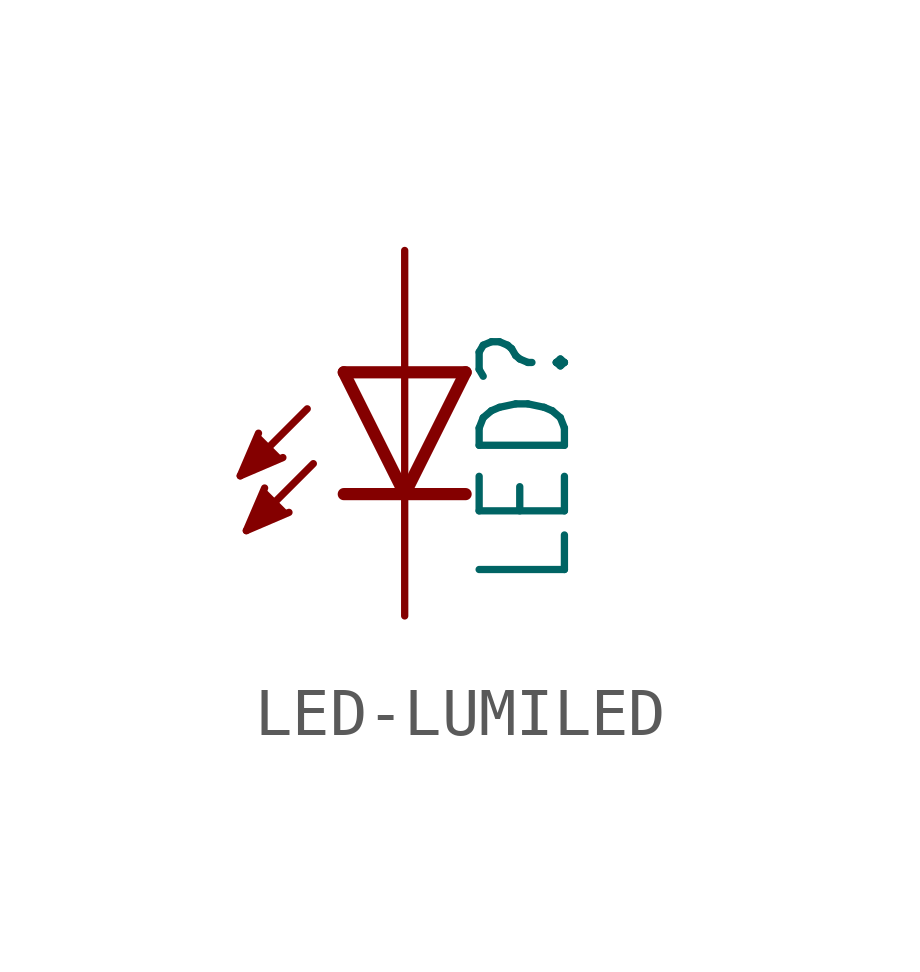
<source format=kicad_sym>
(kicad_symbol_lib
  (version 20231120)
  (generator "kicad_symbol_editor")
  (generator_version "8.0")
  (symbol "LED-LUMILED"
    (property "Reference" "LED"
      (at 3.556 -4.572 90)
      (effects (font (size 1.778 1.511)) (justify left bottom)))
    (property "Value" ""
      (at 5.715 -4.572 90)
      (effects (font (size 1.778 1.511)) (justify left bottom)))
    (property "ki_locked" ""
      (at 0 0 0)
      (effects (font (size 1.27 1.27))))
    (symbol "LED-LUMILED_1_0"
      (polyline (pts (xy -2.032 -0.762) (xy -3.429 -2.159)) (stroke (width 0.152) (type solid)) (fill (type none)))
      (polyline (pts (xy -1.905 -1.905) (xy -3.302 -3.302)) (stroke (width 0.152) (type solid)) (fill (type none)))
      (polyline (pts (xy 0 -2.54) (xy -1.27 -2.54)) (stroke (width 0.254) (type solid)) (fill (type none)))
      (polyline (pts (xy 0 -2.54) (xy -1.27 0)) (stroke (width 0.254) (type solid)) (fill (type none)))
      (polyline (pts (xy 0 0) (xy -1.27 0)) (stroke (width 0.254) (type solid)) (fill (type none)))
      (polyline (pts (xy 0 0) (xy 0 -2.54)) (stroke (width 0.152) (type solid)) (fill (type none)))
      (polyline (pts (xy 1.27 -2.54) (xy 0 -2.54)) (stroke (width 0.254) (type solid)) (fill (type none)))
      (polyline (pts (xy 1.27 0) (xy 0 -2.54)) (stroke (width 0.254) (type solid)) (fill (type none)))
      (polyline (pts (xy 1.27 0) (xy 0 0)) (stroke (width 0.254) (type solid)) (fill (type none)))
      (polyline (pts (xy -3.048 -1.27) (xy -3.429 -2.159) (xy -2.54 -1.778)) (stroke (width 0.152) (type solid)) (fill (type outline)))
      (polyline (pts (xy -2.921 -2.413) (xy -3.302 -3.302) (xy -2.413 -2.921)) (stroke (width 0.152) (type solid)) (fill (type outline)))
      (pin passive line (at 0 2.54 270) (length 2.54) (name "A" (effects (font (size 0 0)))) (number "2+" (effects (font (size 0 0)))))
      (pin passive line (at 0 -5.08 90) (length 2.54) (name "C" (effects (font (size 0 0)))) (number "4-" (effects (font (size 0 0))))))))
</source>
